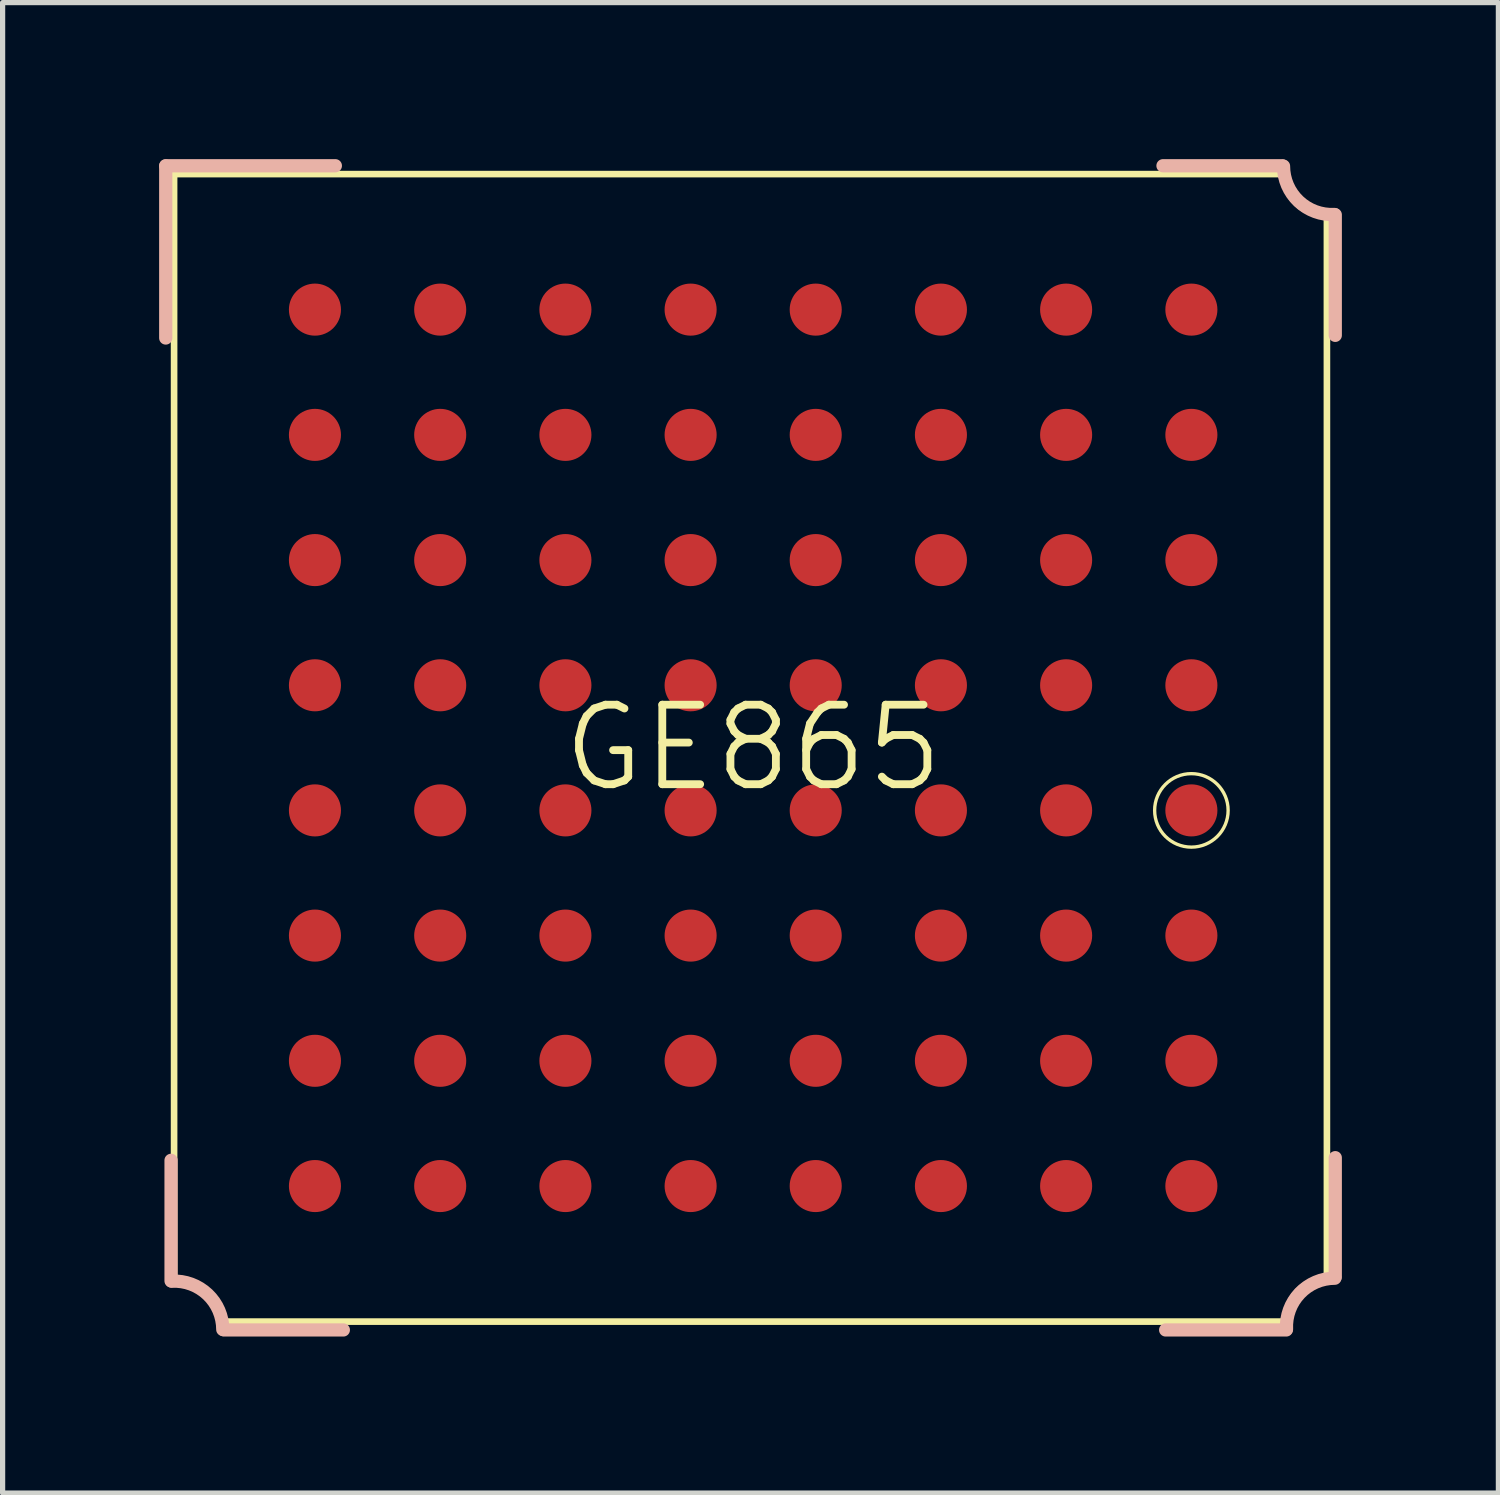
<source format=kicad_pcb>
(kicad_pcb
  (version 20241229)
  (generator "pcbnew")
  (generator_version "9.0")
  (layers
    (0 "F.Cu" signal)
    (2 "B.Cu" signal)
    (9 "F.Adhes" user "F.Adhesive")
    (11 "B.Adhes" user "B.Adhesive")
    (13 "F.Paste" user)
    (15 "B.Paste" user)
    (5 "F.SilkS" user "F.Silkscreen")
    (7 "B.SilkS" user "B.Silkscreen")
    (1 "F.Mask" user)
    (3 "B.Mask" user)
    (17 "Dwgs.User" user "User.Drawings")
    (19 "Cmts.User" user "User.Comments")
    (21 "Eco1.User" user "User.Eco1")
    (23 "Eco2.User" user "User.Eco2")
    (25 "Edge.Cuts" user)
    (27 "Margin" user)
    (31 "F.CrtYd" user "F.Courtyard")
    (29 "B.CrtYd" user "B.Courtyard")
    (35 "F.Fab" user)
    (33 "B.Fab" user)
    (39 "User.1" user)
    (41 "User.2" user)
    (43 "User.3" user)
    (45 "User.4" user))
  (footprint "GE865"
    (layer "F.Cu")
    (at 11.387 11.285)
    (property "Reference" "GE865" (at 0 0 0) (layer "F.SilkS") (effects (font (size 1.524 1.524) (thickness 0.15))))
    (attr smd)
    (fp_line (start -11.1 -10.998) (end 10.178 -10.998) (stroke (width 0.127) (type solid)) (layer "F.SilkS"))
    (fp_line (start -11.1 10.198) (end -11.1 -10.998) (stroke (width 0.127) (type solid)) (layer "F.SilkS"))
    (fp_line (start 10.198 10.998) (end -10.198 10.998) (stroke (width 0.127) (type solid)) (layer "F.SilkS"))
    (fp_line (start 10.998 -10.218) (end 10.998 10.178) (stroke (width 0.127) (type solid)) (layer "F.SilkS"))
    (fp_arc (start -11.09218 10.2235) (mid -10.478595 10.419223) (end -10.197697 10.998783) (stroke (width 0.127) (type solid)) (layer "F.SilkS"))
    (fp_arc (start 10.2235 10.99312) (mid 10.434987 10.418999) (end 10.996806 10.176716) (stroke (width 0.127) (type solid)) (layer "F.SilkS"))
    (fp_arc (start 10.99312 -10.2235) (mid 10.418999 -10.434987) (end 10.176716 -10.996806) (stroke (width 0.127) (type solid)) (layer "F.SilkS"))
    (fp_circle (center 8.4 1.199) (end 8.898 1.697) (stroke (width 0.064) (type solid)) (fill no) (layer "F.SilkS"))
    (fp_line (start -11.26 -11.158) (end -8.009 -11.158) (stroke (width 0.254) (type solid)) (layer "B.SilkS"))
    (fp_line (start -11.26 -7.856) (end -11.26 -11.153) (stroke (width 0.254) (type solid)) (layer "B.SilkS"))
    (fp_line (start -11.158 10.218) (end -11.158 7.907) (stroke (width 0.254) (type solid)) (layer "B.SilkS"))
    (fp_line (start -7.856 11.158) (end -10.142 11.158) (stroke (width 0.254) (type solid)) (layer "B.SilkS"))
    (fp_line (start 7.856 -11.158) (end 10.142 -11.158) (stroke (width 0.254) (type solid)) (layer "B.SilkS"))
    (fp_line (start 10.218 11.158) (end 7.907 11.158) (stroke (width 0.254) (type solid)) (layer "B.SilkS"))
    (fp_line (start 11.158 -10.218) (end 11.158 -7.907) (stroke (width 0.254) (type solid)) (layer "B.SilkS"))
    (fp_line (start 11.158 7.856) (end 11.158 10.142) (stroke (width 0.254) (type solid)) (layer "B.SilkS"))
    (fp_arc (start -11.14298 10.2235) (mid -10.456033 10.476862) (end -10.166366 11.149307) (stroke (width 0.254) (type solid)) (layer "B.SilkS"))
    (fp_arc (start 10.2235 11.14298) (mid 10.476862 10.456033) (end 11.149307 10.166366) (stroke (width 0.254) (type solid)) (layer "B.SilkS"))
    (fp_arc (start 11.14298 -10.2235) (mid 10.456033 -10.476862) (end 10.166366 -11.149307) (stroke (width 0.254) (type solid)) (layer "B.SilkS"))
    (pad "A1" smd circle (at -8.4 -8.4) (size 0.998 0.998) (layers "F.Cu" "F.Mask" "F.Paste"))
    (pad "A2" smd circle (at -8.4 -5.999) (size 0.998 0.998) (layers "F.Cu" "F.Mask" "F.Paste"))
    (pad "A3" smd circle (at -8.4 -3.599) (size 0.998 0.998) (layers "F.Cu" "F.Mask" "F.Paste"))
    (pad "A4" smd circle (at -8.4 -1.199) (size 0.998 0.998) (layers "F.Cu" "F.Mask" "F.Paste"))
    (pad "A5" smd circle (at -8.4 1.199) (size 0.998 0.998) (layers "F.Cu" "F.Mask" "F.Paste"))
    (pad "A6" smd circle (at -8.4 3.599) (size 0.998 0.998) (layers "F.Cu" "F.Mask" "F.Paste"))
    (pad "A7" smd circle (at -8.4 5.999) (size 0.998 0.998) (layers "F.Cu" "F.Mask" "F.Paste"))
    (pad "A8" smd circle (at -8.4 8.4) (size 0.998 0.998) (layers "F.Cu" "F.Mask" "F.Paste"))
    (pad "B1" smd circle (at -5.999 -8.4) (size 0.998 0.998) (layers "F.Cu" "F.Mask" "F.Paste"))
    (pad "B2" smd circle (at -5.999 -5.999) (size 0.998 0.998) (layers "F.Cu" "F.Mask" "F.Paste"))
    (pad "B3" smd circle (at -5.999 -3.599) (size 0.998 0.998) (layers "F.Cu" "F.Mask" "F.Paste"))
    (pad "B4" smd circle (at -5.999 -1.199) (size 0.998 0.998) (layers "F.Cu" "F.Mask" "F.Paste"))
    (pad "B5" smd circle (at -5.999 1.199) (size 0.998 0.998) (layers "F.Cu" "F.Mask" "F.Paste"))
    (pad "B6" smd circle (at -5.999 3.599) (size 0.998 0.998) (layers "F.Cu" "F.Mask" "F.Paste"))
    (pad "B7" smd circle (at -5.999 5.999) (size 0.998 0.998) (layers "F.Cu" "F.Mask" "F.Paste"))
    (pad "B8" smd circle (at -5.999 8.4) (size 0.998 0.998) (layers "F.Cu" "F.Mask" "F.Paste"))
    (pad "C1" smd circle (at -3.599 -8.4) (size 0.998 0.998) (layers "F.Cu" "F.Mask" "F.Paste"))
    (pad "C2" smd circle (at -3.599 -5.999) (size 0.998 0.998) (layers "F.Cu" "F.Mask" "F.Paste"))
    (pad "C3" smd circle (at -3.599 -3.599) (size 0.998 0.998) (layers "F.Cu" "F.Mask" "F.Paste"))
    (pad "C4" smd circle (at -3.599 -1.199) (size 0.998 0.998) (layers "F.Cu" "F.Mask" "F.Paste"))
    (pad "C5" smd circle (at -3.599 1.199) (size 0.998 0.998) (layers "F.Cu" "F.Mask" "F.Paste"))
    (pad "C6" smd circle (at -3.599 3.599) (size 0.998 0.998) (layers "F.Cu" "F.Mask" "F.Paste"))
    (pad "C7" smd circle (at -3.599 5.999) (size 0.998 0.998) (layers "F.Cu" "F.Mask" "F.Paste"))
    (pad "C8" smd circle (at -3.599 8.4) (size 0.998 0.998) (layers "F.Cu" "F.Mask" "F.Paste"))
    (pad "D1" smd circle (at -1.199 -8.4) (size 0.998 0.998) (layers "F.Cu" "F.Mask" "F.Paste"))
    (pad "D2" smd circle (at -1.199 -5.999) (size 0.998 0.998) (layers "F.Cu" "F.Mask" "F.Paste"))
    (pad "D3" smd circle (at -1.199 -3.599) (size 0.998 0.998) (layers "F.Cu" "F.Mask" "F.Paste"))
    (pad "D4" smd circle (at -1.199 -1.199) (size 0.998 0.998) (layers "F.Cu" "F.Mask" "F.Paste"))
    (pad "D5" smd circle (at -1.199 1.199) (size 0.998 0.998) (layers "F.Cu" "F.Mask" "F.Paste"))
    (pad "D6" smd circle (at -1.199 3.599) (size 0.998 0.998) (layers "F.Cu" "F.Mask" "F.Paste"))
    (pad "D7" smd circle (at -1.199 5.999) (size 0.998 0.998) (layers "F.Cu" "F.Mask" "F.Paste"))
    (pad "D8" smd circle (at -1.199 8.4) (size 0.998 0.998) (layers "F.Cu" "F.Mask" "F.Paste"))
    (pad "E1" smd circle (at 1.199 -8.4) (size 0.998 0.998) (layers "F.Cu" "F.Mask" "F.Paste"))
    (pad "E2" smd circle (at 1.199 -5.999) (size 0.998 0.998) (layers "F.Cu" "F.Mask" "F.Paste"))
    (pad "E3" smd circle (at 1.199 -3.599) (size 0.998 0.998) (layers "F.Cu" "F.Mask" "F.Paste"))
    (pad "E4" smd circle (at 1.199 -1.199) (size 0.998 0.998) (layers "F.Cu" "F.Mask" "F.Paste"))
    (pad "E5" smd circle (at 1.199 1.199) (size 0.998 0.998) (layers "F.Cu" "F.Mask" "F.Paste"))
    (pad "E6" smd circle (at 1.199 3.599) (size 0.998 0.998) (layers "F.Cu" "F.Mask" "F.Paste"))
    (pad "E7" smd circle (at 1.199 5.999) (size 0.998 0.998) (layers "F.Cu" "F.Mask" "F.Paste"))
    (pad "E8" smd circle (at 1.199 8.4) (size 0.998 0.998) (layers "F.Cu" "F.Mask" "F.Paste"))
    (pad "F1" smd circle (at 3.599 -8.4) (size 0.998 0.998) (layers "F.Cu" "F.Mask" "F.Paste"))
    (pad "F2" smd circle (at 3.599 -5.999) (size 0.998 0.998) (layers "F.Cu" "F.Mask" "F.Paste"))
    (pad "F3" smd circle (at 3.599 -3.599) (size 0.998 0.998) (layers "F.Cu" "F.Mask" "F.Paste"))
    (pad "F4" smd circle (at 3.599 -1.199) (size 0.998 0.998) (layers "F.Cu" "F.Mask" "F.Paste"))
    (pad "F5" smd circle (at 3.599 1.199) (size 0.998 0.998) (layers "F.Cu" "F.Mask" "F.Paste"))
    (pad "F6" smd circle (at 3.599 3.599) (size 0.998 0.998) (layers "F.Cu" "F.Mask" "F.Paste"))
    (pad "F7" smd circle (at 3.599 5.999) (size 0.998 0.998) (layers "F.Cu" "F.Mask" "F.Paste"))
    (pad "F8" smd circle (at 3.599 8.4) (size 0.998 0.998) (layers "F.Cu" "F.Mask" "F.Paste"))
    (pad "G1" smd circle (at 5.999 -8.4) (size 0.998 0.998) (layers "F.Cu" "F.Mask" "F.Paste"))
    (pad "G2" smd circle (at 5.999 -5.999) (size 0.998 0.998) (layers "F.Cu" "F.Mask" "F.Paste"))
    (pad "G3" smd circle (at 5.999 -3.599) (size 0.998 0.998) (layers "F.Cu" "F.Mask" "F.Paste"))
    (pad "G4" smd circle (at 5.999 -1.199) (size 0.998 0.998) (layers "F.Cu" "F.Mask" "F.Paste"))
    (pad "G5" smd circle (at 5.999 1.199) (size 0.998 0.998) (layers "F.Cu" "F.Mask" "F.Paste"))
    (pad "G6" smd circle (at 5.999 3.599) (size 0.998 0.998) (layers "F.Cu" "F.Mask" "F.Paste"))
    (pad "G7" smd circle (at 5.999 5.999) (size 0.998 0.998) (layers "F.Cu" "F.Mask" "F.Paste"))
    (pad "G8" smd circle (at 5.999 8.4) (size 0.998 0.998) (layers "F.Cu" "F.Mask" "F.Paste"))
    (pad "H1" smd circle (at 8.4 -8.4) (size 0.998 0.998) (layers "F.Cu" "F.Mask" "F.Paste"))
    (pad "H2" smd circle (at 8.4 -5.999) (size 0.998 0.998) (layers "F.Cu" "F.Mask" "F.Paste"))
    (pad "H3" smd circle (at 8.4 -3.599) (size 0.998 0.998) (layers "F.Cu" "F.Mask" "F.Paste"))
    (pad "H4" smd circle (at 8.4 -1.199) (size 0.998 0.998) (layers "F.Cu" "F.Mask" "F.Paste"))
    (pad "H5" smd circle (at 8.4 1.199) (size 0.998 0.998) (layers "F.Cu" "F.Mask" "F.Paste"))
    (pad "H6" smd circle (at 8.4 3.599) (size 0.998 0.998) (layers "F.Cu" "F.Mask" "F.Paste"))
    (pad "H7" smd circle (at 8.4 5.999) (size 0.998 0.998) (layers "F.Cu" "F.Mask" "F.Paste"))
    (pad "H8" smd circle (at 8.4 8.4) (size 0.998 0.998) (layers "F.Cu" "F.Mask" "F.Paste")))
  (gr_rect
    (start -3 -3)
    (end 25.672 25.57)
    (stroke (width 0.1) (type default))
    (fill no)
    (layer "Edge.Cuts")))
</source>
